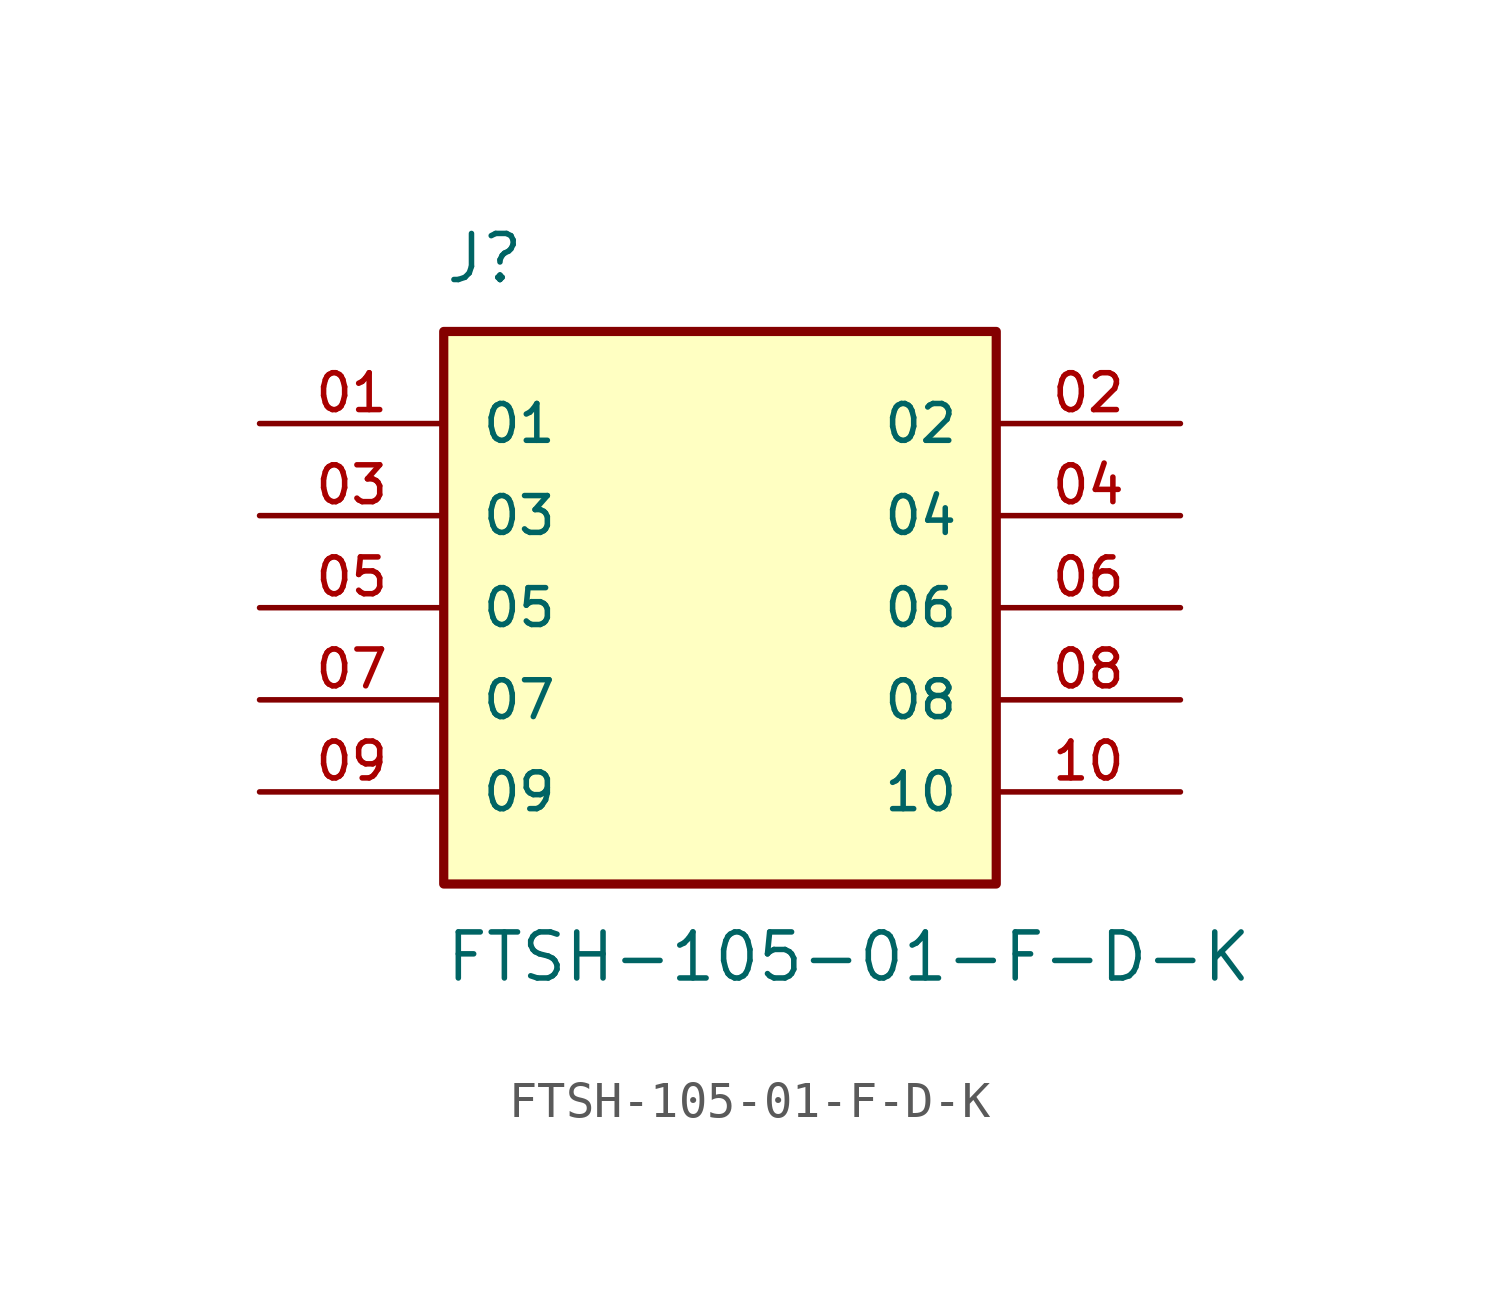
<source format=kicad_sym>
(kicad_symbol_lib
  (version 20211014)
  (generator kicad_symbol_editor)
  (symbol "FTSH-105-01-F-D-K"
    (pin_names
      (offset 1.016))
    (property "Reference" "J"
      (at -7.62 8.89 0)
      (effects (font (size 1.27 1.27)) (justify bottom left)))
    (property "Value" "FTSH-105-01-F-D-K"
      (at -7.62 -8.89 0)
      (effects (font (size 1.27 1.27)) (justify top left)))
    (symbol "FTSH-105-01-F-D-K_0_0"
      (rectangle (start -7.62 -7.62) (end 7.62 7.62) (stroke (width 0.254)) (fill (type background)))
      (pin passive line (at -12.7 5.08 0) (length 5.08) (name "01" (effects (font (size 1.016 1.016)))) (number "01" (effects (font (size 1.016 1.016)))))
      (pin passive line (at 12.7 5.08 180.0) (length 5.08) (name "02" (effects (font (size 1.016 1.016)))) (number "02" (effects (font (size 1.016 1.016)))))
      (pin passive line (at -12.7 2.54 0) (length 5.08) (name "03" (effects (font (size 1.016 1.016)))) (number "03" (effects (font (size 1.016 1.016)))))
      (pin passive line (at 12.7 2.54 180.0) (length 5.08) (name "04" (effects (font (size 1.016 1.016)))) (number "04" (effects (font (size 1.016 1.016)))))
      (pin passive line (at -12.7 0.0 0) (length 5.08) (name "05" (effects (font (size 1.016 1.016)))) (number "05" (effects (font (size 1.016 1.016)))))
      (pin passive line (at 12.7 0.0 180.0) (length 5.08) (name "06" (effects (font (size 1.016 1.016)))) (number "06" (effects (font (size 1.016 1.016)))))
      (pin passive line (at 12.7 -2.54 180.0) (length 5.08) (name "08" (effects (font (size 1.016 1.016)))) (number "08" (effects (font (size 1.016 1.016)))))
      (pin passive line (at -12.7 -5.08 0) (length 5.08) (name "09" (effects (font (size 1.016 1.016)))) (number "09" (effects (font (size 1.016 1.016)))))
      (pin passive line (at 12.7 -5.08 180.0) (length 5.08) (name "10" (effects (font (size 1.016 1.016)))) (number "10" (effects (font (size 1.016 1.016)))))
      (pin passive line (at -12.7 -2.54 0) (length 5.08) (name "07" (effects (font (size 1.016 1.016)))) (number "07" (effects (font (size 1.016 1.016))))))))
</source>
